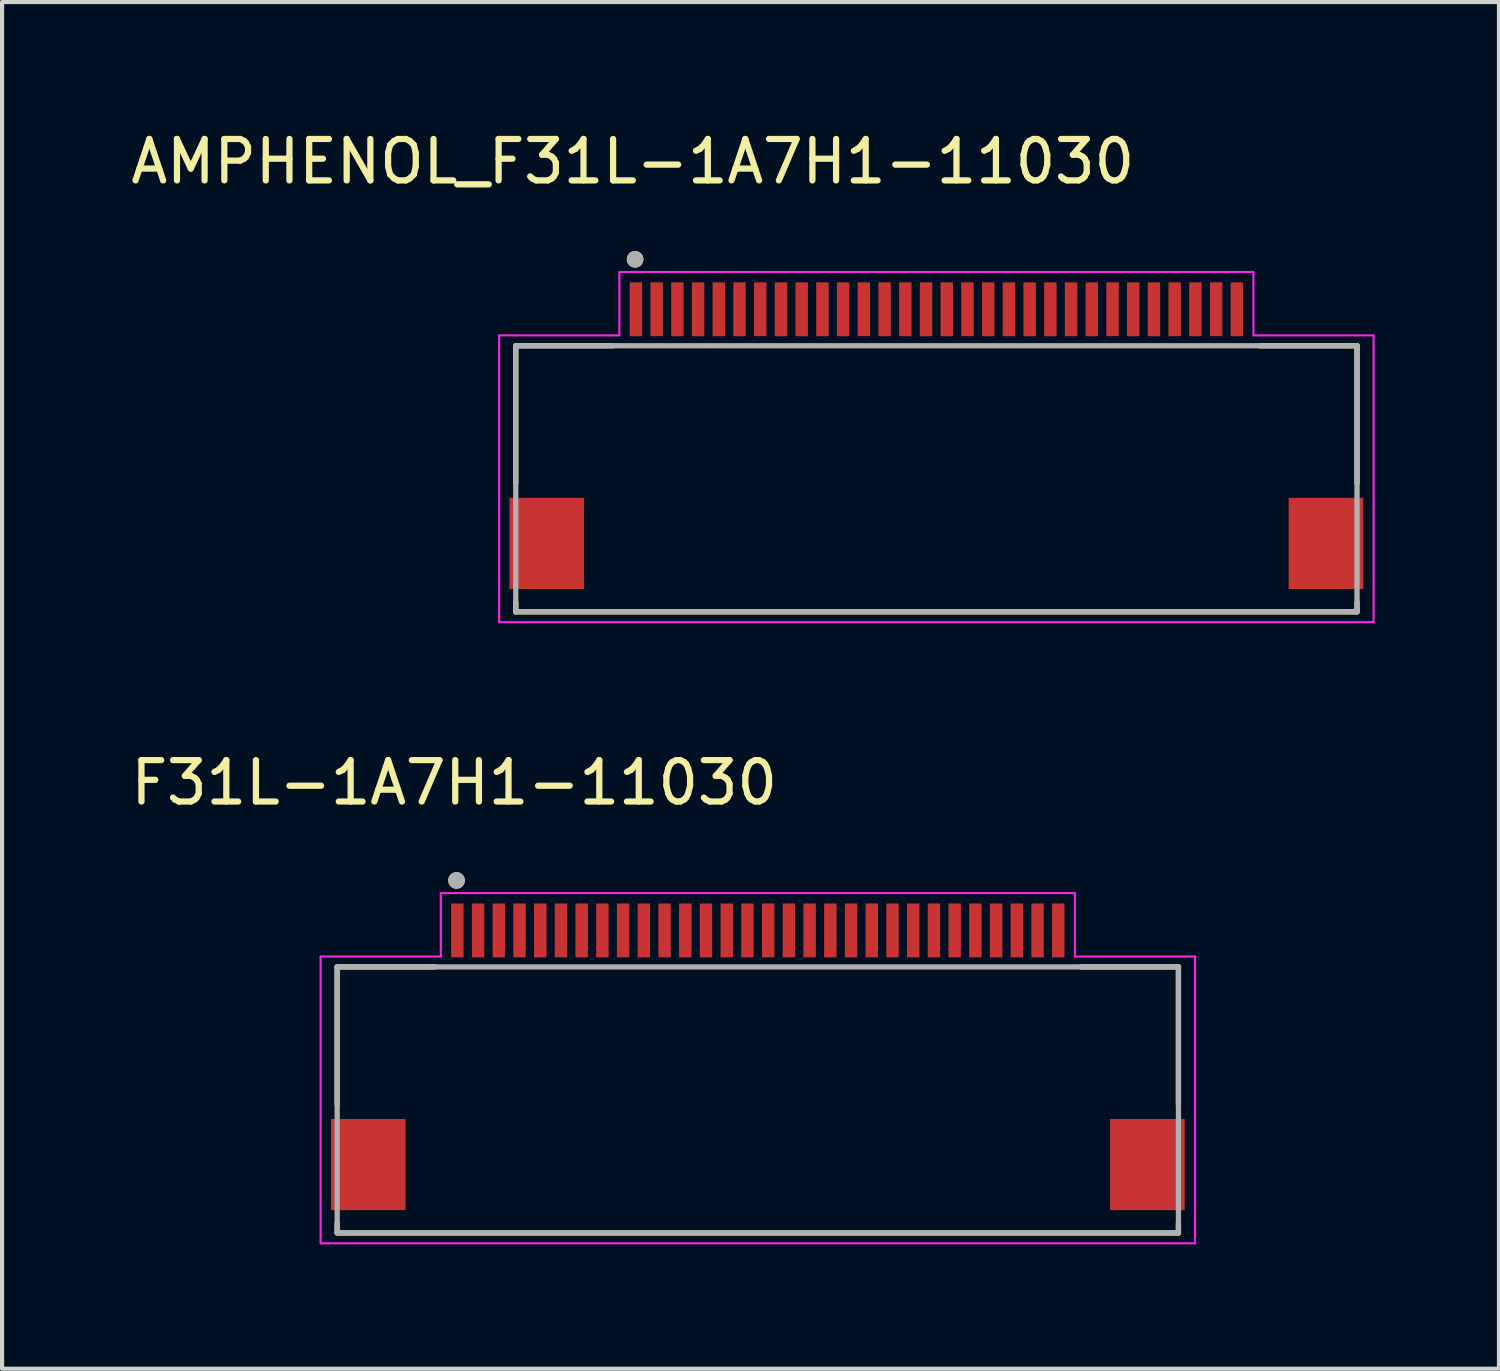
<source format=kicad_pcb>
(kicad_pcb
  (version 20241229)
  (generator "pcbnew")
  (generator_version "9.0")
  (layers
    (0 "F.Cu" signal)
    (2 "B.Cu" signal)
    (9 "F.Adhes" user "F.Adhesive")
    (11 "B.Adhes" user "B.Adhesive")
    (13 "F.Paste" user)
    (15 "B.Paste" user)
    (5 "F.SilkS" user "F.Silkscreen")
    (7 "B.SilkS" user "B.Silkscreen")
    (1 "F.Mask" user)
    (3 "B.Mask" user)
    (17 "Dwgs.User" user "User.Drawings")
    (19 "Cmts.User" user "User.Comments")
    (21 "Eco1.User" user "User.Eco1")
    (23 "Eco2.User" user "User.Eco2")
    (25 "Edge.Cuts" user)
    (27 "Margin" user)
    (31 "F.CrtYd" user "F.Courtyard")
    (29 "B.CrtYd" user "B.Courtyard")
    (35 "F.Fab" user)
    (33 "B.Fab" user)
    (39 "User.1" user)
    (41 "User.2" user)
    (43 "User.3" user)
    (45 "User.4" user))
  (footprint "AMPHENOL_F31L-1A7H1-11030"
    (layer "F.Cu")
    (at 19.545 8.503)
    (property "Reference" "AMPHENOL_F31L-1A7H1-11030" (at -7.325 -7.655 0) (layer "F.SilkS") (effects (font (size 1 1) (thickness 0.15))))
    (attr smd)
    (fp_line (start -10.15 -3.21) (end -10.15 0.11) (stroke (width 0.127) (type solid)) (layer "F.SilkS"))
    (fp_line (start -10.15 3.21) (end -10.15 2.98) (stroke (width 0.127) (type solid)) (layer "F.SilkS"))
    (fp_line (start -10.15 3.21) (end 10.15 3.21) (stroke (width 0.127) (type solid)) (layer "F.SilkS"))
    (fp_line (start -7.8 -3.21) (end -10.15 -3.21) (stroke (width 0.127) (type solid)) (layer "F.SilkS"))
    (fp_line (start 10.15 -3.21) (end 7.8 -3.21) (stroke (width 0.127) (type solid)) (layer "F.SilkS"))
    (fp_line (start 10.15 0.11) (end 10.15 -3.21) (stroke (width 0.127) (type solid)) (layer "F.SilkS"))
    (fp_line (start 10.15 3.21) (end 10.15 2.98) (stroke (width 0.127) (type solid)) (layer "F.SilkS"))
    (fp_circle (center -7.27 -5.296) (end -7.17 -5.296) (stroke (width 0.2) (type solid)) (fill no) (layer "F.SilkS"))
    (fp_line (start -10.55 -3.46) (end -10.55 3.46) (stroke (width 0.05) (type solid)) (layer "F.CrtYd"))
    (fp_line (start -10.55 3.46) (end 10.55 3.46) (stroke (width 0.05) (type solid)) (layer "F.CrtYd"))
    (fp_line (start -7.65 -3.46) (end -10.55 -3.46) (stroke (width 0.05) (type solid)) (layer "F.CrtYd"))
    (fp_line (start -7.65 -3.46) (end -7.65 -4.99) (stroke (width 0.05) (type solid)) (layer "F.CrtYd"))
    (fp_line (start 7.65 -4.99) (end -7.65 -4.99) (stroke (width 0.05) (type solid)) (layer "F.CrtYd"))
    (fp_line (start 7.65 -3.46) (end 7.65 -4.99) (stroke (width 0.05) (type solid)) (layer "F.CrtYd"))
    (fp_line (start 10.55 -3.46) (end 7.65 -3.46) (stroke (width 0.05) (type solid)) (layer "F.CrtYd"))
    (fp_line (start 10.55 3.46) (end 10.55 -3.46) (stroke (width 0.05) (type solid)) (layer "F.CrtYd"))
    (fp_line (start -10.15 -3.21) (end -10.15 3.21) (stroke (width 0.127) (type solid)) (layer "F.Fab"))
    (fp_line (start -10.15 3.21) (end 10.15 3.21) (stroke (width 0.127) (type solid)) (layer "F.Fab"))
    (fp_line (start 10.15 -3.21) (end -10.15 -3.21) (stroke (width 0.127) (type solid)) (layer "F.Fab"))
    (fp_line (start 10.15 3.21) (end 10.15 -3.21) (stroke (width 0.127) (type solid)) (layer "F.Fab"))
    (fp_circle (center -7.27 -5.296) (end -7.17 -5.296) (stroke (width 0.2) (type solid)) (fill no) (layer "F.Fab"))
    (pad "1" smd rect (at -7.25 -4.09) (size 0.3 1.3) (layers "F.Cu" "F.Mask" "F.Paste"))
    (pad "2" smd rect (at -6.75 -4.09) (size 0.3 1.3) (layers "F.Cu" "F.Mask" "F.Paste"))
    (pad "3" smd rect (at -6.25 -4.09) (size 0.3 1.3) (layers "F.Cu" "F.Mask" "F.Paste"))
    (pad "4" smd rect (at -5.75 -4.09) (size 0.3 1.3) (layers "F.Cu" "F.Mask" "F.Paste"))
    (pad "5" smd rect (at -5.25 -4.09) (size 0.3 1.3) (layers "F.Cu" "F.Mask" "F.Paste"))
    (pad "6" smd rect (at -4.75 -4.09) (size 0.3 1.3) (layers "F.Cu" "F.Mask" "F.Paste"))
    (pad "7" smd rect (at -4.25 -4.09) (size 0.3 1.3) (layers "F.Cu" "F.Mask" "F.Paste"))
    (pad "8" smd rect (at -3.75 -4.09) (size 0.3 1.3) (layers "F.Cu" "F.Mask" "F.Paste"))
    (pad "9" smd rect (at -3.25 -4.09) (size 0.3 1.3) (layers "F.Cu" "F.Mask" "F.Paste"))
    (pad "10" smd rect (at -2.75 -4.09) (size 0.3 1.3) (layers "F.Cu" "F.Mask" "F.Paste"))
    (pad "11" smd rect (at -2.25 -4.09) (size 0.3 1.3) (layers "F.Cu" "F.Mask" "F.Paste"))
    (pad "12" smd rect (at -1.75 -4.09) (size 0.3 1.3) (layers "F.Cu" "F.Mask" "F.Paste"))
    (pad "13" smd rect (at -1.25 -4.09) (size 0.3 1.3) (layers "F.Cu" "F.Mask" "F.Paste"))
    (pad "14" smd rect (at -0.75 -4.09) (size 0.3 1.3) (layers "F.Cu" "F.Mask" "F.Paste"))
    (pad "15" smd rect (at -0.25 -4.09) (size 0.3 1.3) (layers "F.Cu" "F.Mask" "F.Paste"))
    (pad "16" smd rect (at 0.25 -4.09) (size 0.3 1.3) (layers "F.Cu" "F.Mask" "F.Paste"))
    (pad "17" smd rect (at 0.75 -4.09) (size 0.3 1.3) (layers "F.Cu" "F.Mask" "F.Paste"))
    (pad "18" smd rect (at 1.25 -4.09) (size 0.3 1.3) (layers "F.Cu" "F.Mask" "F.Paste"))
    (pad "19" smd rect (at 1.75 -4.09) (size 0.3 1.3) (layers "F.Cu" "F.Mask" "F.Paste"))
    (pad "20" smd rect (at 2.25 -4.09) (size 0.3 1.3) (layers "F.Cu" "F.Mask" "F.Paste"))
    (pad "21" smd rect (at 2.75 -4.09) (size 0.3 1.3) (layers "F.Cu" "F.Mask" "F.Paste"))
    (pad "22" smd rect (at 3.25 -4.09) (size 0.3 1.3) (layers "F.Cu" "F.Mask" "F.Paste"))
    (pad "23" smd rect (at 3.75 -4.09) (size 0.3 1.3) (layers "F.Cu" "F.Mask" "F.Paste"))
    (pad "24" smd rect (at 4.25 -4.09) (size 0.3 1.3) (layers "F.Cu" "F.Mask" "F.Paste"))
    (pad "25" smd rect (at 4.75 -4.09) (size 0.3 1.3) (layers "F.Cu" "F.Mask" "F.Paste"))
    (pad "26" smd rect (at 5.25 -4.09) (size 0.3 1.3) (layers "F.Cu" "F.Mask" "F.Paste"))
    (pad "27" smd rect (at 5.75 -4.09) (size 0.3 1.3) (layers "F.Cu" "F.Mask" "F.Paste"))
    (pad "28" smd rect (at 6.25 -4.09) (size 0.3 1.3) (layers "F.Cu" "F.Mask" "F.Paste"))
    (pad "29" smd rect (at 6.75 -4.09) (size 0.3 1.3) (layers "F.Cu" "F.Mask" "F.Paste"))
    (pad "30" smd rect (at 7.25 -4.09) (size 0.3 1.3) (layers "F.Cu" "F.Mask" "F.Paste"))
    (pad "SH1" smd rect (at -9.4 1.56) (size 1.8 2.2) (layers "F.Cu" "F.Mask" "F.Paste"))
    (pad "SH2" smd rect (at 9.4 1.56) (size 1.8 2.2) (layers "F.Cu" "F.Mask" "F.Paste")))
  (footprint "F31L-1A7H1-11030"
    (layer "F.Cu")
    (at 15.236 23.491)
    (property "Reference" "F31L-1A7H1-11030" (at -7.325 -7.655 0) (layer "F.SilkS") (effects (font (size 1 1) (thickness 0.15))))
    (attr smd)
    (fp_line (start -10.15 -3.21) (end -10.15 0.11) (stroke (width 0.127) (type solid)) (layer "F.SilkS"))
    (fp_line (start -10.15 3.21) (end -10.15 2.98) (stroke (width 0.127) (type solid)) (layer "F.SilkS"))
    (fp_line (start -10.15 3.21) (end 10.15 3.21) (stroke (width 0.127) (type solid)) (layer "F.SilkS"))
    (fp_line (start -7.8 -3.21) (end -10.15 -3.21) (stroke (width 0.127) (type solid)) (layer "F.SilkS"))
    (fp_line (start 10.15 -3.21) (end 7.8 -3.21) (stroke (width 0.127) (type solid)) (layer "F.SilkS"))
    (fp_line (start 10.15 0.11) (end 10.15 -3.21) (stroke (width 0.127) (type solid)) (layer "F.SilkS"))
    (fp_line (start 10.15 3.21) (end 10.15 2.98) (stroke (width 0.127) (type solid)) (layer "F.SilkS"))
    (fp_circle (center -7.27 -5.296) (end -7.17 -5.296) (stroke (width 0.2) (type solid)) (fill no) (layer "F.SilkS"))
    (fp_line (start -10.55 -3.46) (end -10.55 3.46) (stroke (width 0.05) (type solid)) (layer "F.CrtYd"))
    (fp_line (start -10.55 3.46) (end 10.55 3.46) (stroke (width 0.05) (type solid)) (layer "F.CrtYd"))
    (fp_line (start -7.65 -3.46) (end -10.55 -3.46) (stroke (width 0.05) (type solid)) (layer "F.CrtYd"))
    (fp_line (start -7.65 -3.46) (end -7.65 -4.99) (stroke (width 0.05) (type solid)) (layer "F.CrtYd"))
    (fp_line (start 7.65 -4.99) (end -7.65 -4.99) (stroke (width 0.05) (type solid)) (layer "F.CrtYd"))
    (fp_line (start 7.65 -3.46) (end 7.65 -4.99) (stroke (width 0.05) (type solid)) (layer "F.CrtYd"))
    (fp_line (start 10.55 -3.46) (end 7.65 -3.46) (stroke (width 0.05) (type solid)) (layer "F.CrtYd"))
    (fp_line (start 10.55 3.46) (end 10.55 -3.46) (stroke (width 0.05) (type solid)) (layer "F.CrtYd"))
    (fp_line (start -10.15 -3.21) (end -10.15 3.21) (stroke (width 0.127) (type solid)) (layer "F.Fab"))
    (fp_line (start -10.15 3.21) (end 10.15 3.21) (stroke (width 0.127) (type solid)) (layer "F.Fab"))
    (fp_line (start 10.15 -3.21) (end -10.15 -3.21) (stroke (width 0.127) (type solid)) (layer "F.Fab"))
    (fp_line (start 10.15 3.21) (end 10.15 -3.21) (stroke (width 0.127) (type solid)) (layer "F.Fab"))
    (fp_circle (center -7.27 -5.296) (end -7.17 -5.296) (stroke (width 0.2) (type solid)) (fill no) (layer "F.Fab"))
    (pad "1" smd rect (at -7.25 -4.09) (size 0.3 1.3) (layers "F.Cu" "F.Mask" "F.Paste"))
    (pad "2" smd rect (at -6.75 -4.09) (size 0.3 1.3) (layers "F.Cu" "F.Mask" "F.Paste"))
    (pad "3" smd rect (at -6.25 -4.09) (size 0.3 1.3) (layers "F.Cu" "F.Mask" "F.Paste"))
    (pad "4" smd rect (at -5.75 -4.09) (size 0.3 1.3) (layers "F.Cu" "F.Mask" "F.Paste"))
    (pad "5" smd rect (at -5.25 -4.09) (size 0.3 1.3) (layers "F.Cu" "F.Mask" "F.Paste"))
    (pad "6" smd rect (at -4.75 -4.09) (size 0.3 1.3) (layers "F.Cu" "F.Mask" "F.Paste"))
    (pad "7" smd rect (at -4.25 -4.09) (size 0.3 1.3) (layers "F.Cu" "F.Mask" "F.Paste"))
    (pad "8" smd rect (at -3.75 -4.09) (size 0.3 1.3) (layers "F.Cu" "F.Mask" "F.Paste"))
    (pad "9" smd rect (at -3.25 -4.09) (size 0.3 1.3) (layers "F.Cu" "F.Mask" "F.Paste"))
    (pad "10" smd rect (at -2.75 -4.09) (size 0.3 1.3) (layers "F.Cu" "F.Mask" "F.Paste"))
    (pad "11" smd rect (at -2.25 -4.09) (size 0.3 1.3) (layers "F.Cu" "F.Mask" "F.Paste"))
    (pad "12" smd rect (at -1.75 -4.09) (size 0.3 1.3) (layers "F.Cu" "F.Mask" "F.Paste"))
    (pad "13" smd rect (at -1.25 -4.09) (size 0.3 1.3) (layers "F.Cu" "F.Mask" "F.Paste"))
    (pad "14" smd rect (at -0.75 -4.09) (size 0.3 1.3) (layers "F.Cu" "F.Mask" "F.Paste"))
    (pad "15" smd rect (at -0.25 -4.09) (size 0.3 1.3) (layers "F.Cu" "F.Mask" "F.Paste"))
    (pad "16" smd rect (at 0.25 -4.09) (size 0.3 1.3) (layers "F.Cu" "F.Mask" "F.Paste"))
    (pad "17" smd rect (at 0.75 -4.09) (size 0.3 1.3) (layers "F.Cu" "F.Mask" "F.Paste"))
    (pad "18" smd rect (at 1.25 -4.09) (size 0.3 1.3) (layers "F.Cu" "F.Mask" "F.Paste"))
    (pad "19" smd rect (at 1.75 -4.09) (size 0.3 1.3) (layers "F.Cu" "F.Mask" "F.Paste"))
    (pad "20" smd rect (at 2.25 -4.09) (size 0.3 1.3) (layers "F.Cu" "F.Mask" "F.Paste"))
    (pad "21" smd rect (at 2.75 -4.09) (size 0.3 1.3) (layers "F.Cu" "F.Mask" "F.Paste"))
    (pad "22" smd rect (at 3.25 -4.09) (size 0.3 1.3) (layers "F.Cu" "F.Mask" "F.Paste"))
    (pad "23" smd rect (at 3.75 -4.09) (size 0.3 1.3) (layers "F.Cu" "F.Mask" "F.Paste"))
    (pad "24" smd rect (at 4.25 -4.09) (size 0.3 1.3) (layers "F.Cu" "F.Mask" "F.Paste"))
    (pad "25" smd rect (at 4.75 -4.09) (size 0.3 1.3) (layers "F.Cu" "F.Mask" "F.Paste"))
    (pad "26" smd rect (at 5.25 -4.09) (size 0.3 1.3) (layers "F.Cu" "F.Mask" "F.Paste"))
    (pad "27" smd rect (at 5.75 -4.09) (size 0.3 1.3) (layers "F.Cu" "F.Mask" "F.Paste"))
    (pad "28" smd rect (at 6.25 -4.09) (size 0.3 1.3) (layers "F.Cu" "F.Mask" "F.Paste"))
    (pad "29" smd rect (at 6.75 -4.09) (size 0.3 1.3) (layers "F.Cu" "F.Mask" "F.Paste"))
    (pad "30" smd rect (at 7.25 -4.09) (size 0.3 1.3) (layers "F.Cu" "F.Mask" "F.Paste"))
    (pad "SH1" smd rect (at -9.4 1.56) (size 1.8 2.2) (layers "F.Cu" "F.Mask" "F.Paste"))
    (pad "SH2" smd rect (at 9.4 1.56) (size 1.8 2.2) (layers "F.Cu" "F.Mask" "F.Paste")))
  (gr_rect
    (start -3 -3)
    (end 33.12 29.977)
    (stroke (width 0.1) (type default))
    (fill no)
    (layer "Edge.Cuts")))
</source>
